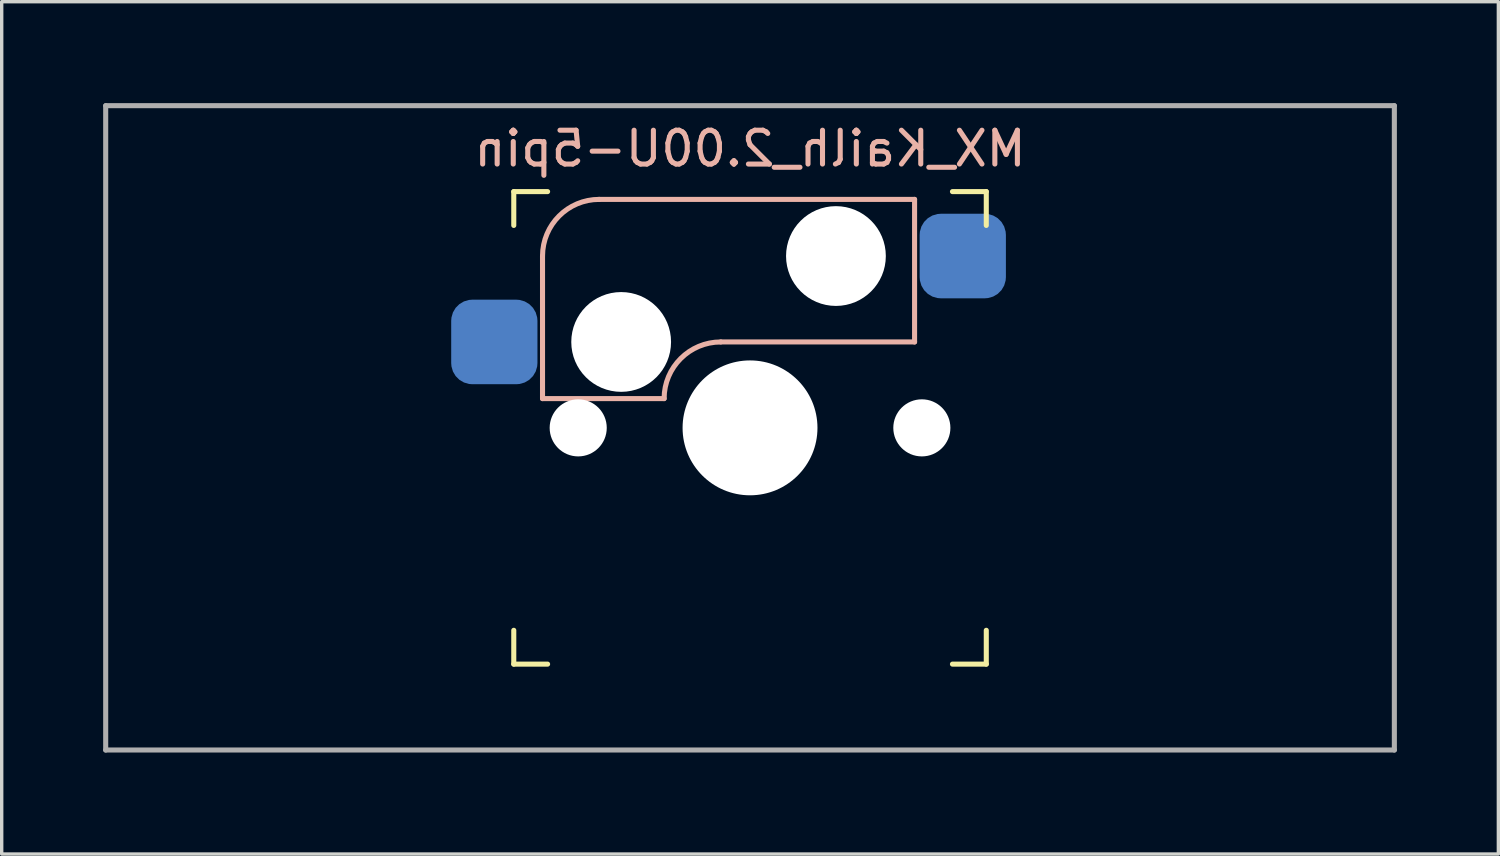
<source format=kicad_pcb>
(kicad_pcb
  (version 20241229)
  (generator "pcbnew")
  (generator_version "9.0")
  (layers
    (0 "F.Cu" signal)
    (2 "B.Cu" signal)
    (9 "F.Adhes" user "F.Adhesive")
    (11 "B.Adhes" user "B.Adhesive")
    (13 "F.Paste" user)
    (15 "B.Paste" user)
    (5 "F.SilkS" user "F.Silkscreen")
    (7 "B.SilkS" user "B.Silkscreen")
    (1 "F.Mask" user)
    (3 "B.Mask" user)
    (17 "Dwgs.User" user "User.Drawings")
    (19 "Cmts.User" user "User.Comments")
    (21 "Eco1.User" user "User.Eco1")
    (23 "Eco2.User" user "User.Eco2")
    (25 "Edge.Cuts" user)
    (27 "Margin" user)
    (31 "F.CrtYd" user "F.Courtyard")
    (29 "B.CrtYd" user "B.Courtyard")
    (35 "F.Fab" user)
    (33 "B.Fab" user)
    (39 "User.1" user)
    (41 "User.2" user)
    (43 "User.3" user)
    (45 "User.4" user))
  (footprint "MX_Kailh_2.00U-5pin"
    (layer "F.Cu")
    (at 19.125 9.6)
    (property "Reference" "MX_Kailh_2.00U-5pin" (at 0 -8.255 0) (layer "B.SilkS") (effects (font (size 1 1) (thickness 0.15)) (justify mirror)))
    (attr smd)
    (fp_line (start -6.985 -5.985) (end -6.985 -6.985) (stroke (width 0.15) (type solid)) (layer "F.SilkS"))
    (fp_line (start -6.985 6.985) (end -6.985 5.985) (stroke (width 0.15) (type solid)) (layer "F.SilkS"))
    (fp_line (start -6.985 6.985) (end -5.985 6.985) (stroke (width 0.15) (type solid)) (layer "F.SilkS"))
    (fp_line (start -5.985 -6.985) (end -6.985 -6.985) (stroke (width 0.15) (type solid)) (layer "F.SilkS"))
    (fp_line (start 5.985 6.985) (end 6.985 6.985) (stroke (width 0.15) (type solid)) (layer "F.SilkS"))
    (fp_line (start 6.985 -6.985) (end 5.985 -6.985) (stroke (width 0.15) (type solid)) (layer "F.SilkS"))
    (fp_line (start 6.985 -6.985) (end 6.985 -5.985) (stroke (width 0.15) (type solid)) (layer "F.SilkS"))
    (fp_line (start 6.985 5.985) (end 6.985 6.985) (stroke (width 0.15) (type solid)) (layer "F.SilkS"))
    (fp_line (start -6.135 -5.08) (end -6.135 -0.865) (stroke (width 0.15) (type solid)) (layer "B.SilkS"))
    (fp_line (start -6.135 -0.865) (end -2.54 -0.865) (stroke (width 0.15) (type solid)) (layer "B.SilkS"))
    (fp_line (start -4.46 -6.755) (end 4.865 -6.755) (stroke (width 0.15) (type solid)) (layer "B.SilkS"))
    (fp_line (start -0.865 -2.54) (end 4.865 -2.54) (stroke (width 0.15) (type solid)) (layer "B.SilkS"))
    (fp_line (start 4.865 -6.755) (end 4.865 -2.54) (stroke (width 0.15) (type solid)) (layer "B.SilkS"))
    (fp_arc (start -6.135 -5.08) (mid -5.644404 -6.264404) (end -4.46 -6.755) (stroke (width 0.15) (type solid)) (layer "B.SilkS"))
    (fp_arc (start -2.54 -0.865) (mid -2.049404 -2.049404) (end -0.865 -2.54) (stroke (width 0.15) (type solid)) (layer "B.SilkS"))
    (fp_line (start -6.985 6.985) (end -6.985 -6.985) (stroke (width 0.15) (type solid)) (layer "Eco2.User"))
    (fp_line (start -6.985 6.985) (end 6.985 6.985) (stroke (width 0.15) (type solid)) (layer "Eco2.User"))
    (fp_line (start 6.985 -6.985) (end -6.985 -6.985) (stroke (width 0.15) (type solid)) (layer "Eco2.User"))
    (fp_line (start 6.985 -6.985) (end 6.985 6.985) (stroke (width 0.15) (type solid)) (layer "Eco2.User"))
    (fp_line (start -19.05 -9.525) (end 19.05 -9.525) (stroke (width 0.15) (type solid)) (layer "F.Fab"))
    (fp_line (start -19.05 9.525) (end -19.05 -9.525) (stroke (width 0.15) (type solid)) (layer "F.Fab"))
    (fp_line (start 19.05 -9.525) (end 19.05 9.525) (stroke (width 0.15) (type solid)) (layer "F.Fab"))
    (fp_line (start 19.05 9.525) (end -19.05 9.525) (stroke (width 0.15) (type solid)) (layer "F.Fab"))
    (pad "" np_thru_hole circle (at -5.08 0) (size 1.688 1.688) (drill 1.688) (layers "*.Cu" "*.Mask"))
    (pad "" np_thru_hole circle (at -3.81 -2.54) (size 2.95 2.95) (drill 2.95) (layers "*.Cu" "*.Mask"))
    (pad "" np_thru_hole circle (at 0 0) (size 3.988 3.988) (drill 3.988) (layers "*.Cu" "*.Mask"))
    (pad "" np_thru_hole circle (at 2.54 -5.08) (size 2.95 2.95) (drill 2.95) (layers "*.Cu" "*.Mask"))
    (pad "" np_thru_hole circle (at 5.08 0) (size 1.688 1.688) (drill 1.688) (layers "*.Cu" "*.Mask"))
    (pad "1" smd roundrect (at 6.29 -5.08) (size 2.55 2.5) (layers "B.Cu" "B.Mask" "B.Paste") (roundrect_rratio 0.25))
    (pad "2" smd roundrect (at -7.56 -2.54) (size 2.55 2.5) (layers "B.Cu" "B.Mask" "B.Paste") (roundrect_rratio 0.25)))
  (gr_rect
    (start -3 -3)
    (end 41.25 22.2)
    (stroke (width 0.1) (type default))
    (fill no)
    (layer "Edge.Cuts")))
</source>
